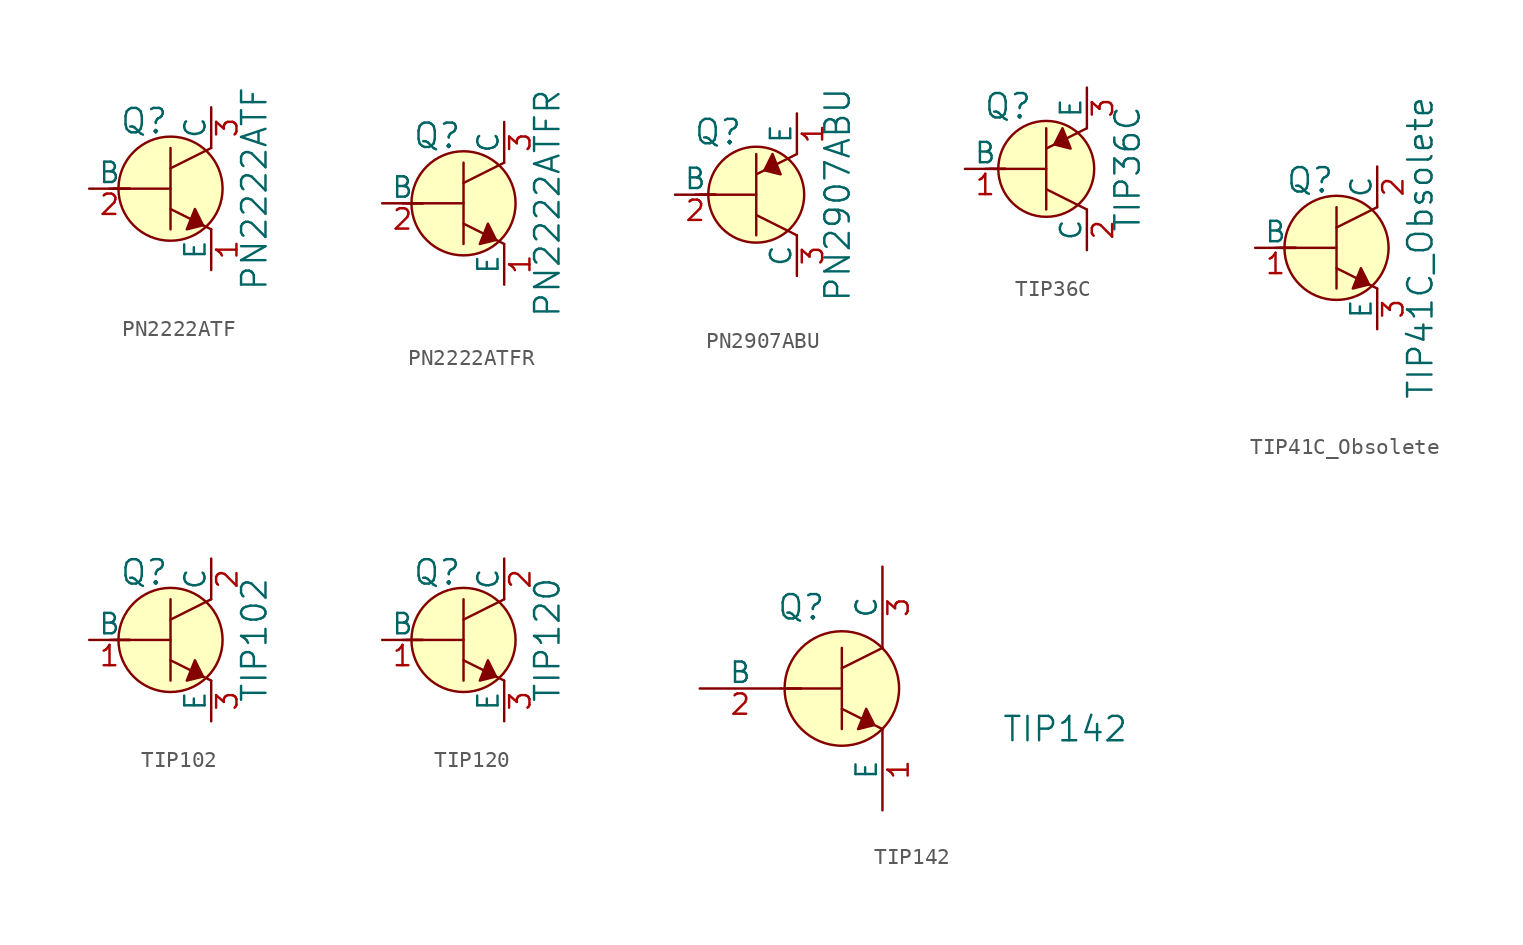
<source format=kicad_sym>
(kicad_symbol_lib
  (version 20231120)
  (generator "kicad_symbol_editor")
  (generator_version "8.0")
  (symbol "PN2222ATF"
    (pin_names
      (offset 0))
    (property "Reference" "Q"
      (at -3.2 4.216 0)
      (effects (font (size 1.524 1.524)) (justify left)))
    (property "Value" "PN2222ATF"
      (at 5.232 0 90)
      (effects (font (size 1.524 1.524))))
    (symbol "PN2222ATF_0_1"
      (polyline (pts (xy -3.81 0) (xy -2.54 0)) (stroke (width 0) (type solid)) (fill (type none)))
      (polyline (pts (xy -3.556 0) (xy 0 0)) (stroke (width 0) (type solid)) (fill (type none)))
      (polyline (pts (xy 0 -1.27) (xy 2.54 -2.54)) (stroke (width 0) (type solid)) (fill (type none)))
      (polyline (pts (xy 0 1.27) (xy 2.54 2.54)) (stroke (width 0) (type solid)) (fill (type none)))
      (polyline (pts (xy 0 2.54) (xy 0 -2.54)) (stroke (width 0) (type solid)) (fill (type none)))
      (polyline (pts (xy 1.524 -1.27) (xy 2.032 -2.286) (xy 1.016 -2.54) (xy 1.524 -1.27)) (stroke (width 0) (type solid)) (fill (type outline)))
      (circle (center 0 0) (radius 3.251) (stroke (width 0) (type solid)) (fill (type background))))
    (symbol "PN2222ATF_1_1"
      (pin passive line (at 2.54 -5.08 90) (length 2.54) (name "E" (effects (font (size 1.27 1.27)))) (number "1" (effects (font (size 1.27 1.27)))))
      (pin input line (at -5.08 0 0) (length 2.54) (name "B" (effects (font (size 1.27 1.27)))) (number "2" (effects (font (size 1.27 1.27)))))
      (pin passive line (at 2.54 5.08 270) (length 2.54) (name "C" (effects (font (size 1.27 1.27)))) (number "3" (effects (font (size 1.27 1.27)))))))
  (symbol "PN2222ATFR"
    (pin_names
      (offset 0))
    (property "Reference" "Q"
      (at -3.2 4.216 0)
      (effects (font (size 1.524 1.524)) (justify left)))
    (property "Value" "PN2222ATFR"
      (at 5.232 0 90)
      (effects (font (size 1.524 1.524))))
    (symbol "PN2222ATFR_0_1"
      (polyline (pts (xy -3.81 0) (xy -2.54 0)) (stroke (width 0) (type solid)) (fill (type none)))
      (polyline (pts (xy -3.556 0) (xy 0 0)) (stroke (width 0) (type solid)) (fill (type none)))
      (polyline (pts (xy 0 -1.27) (xy 2.54 -2.54)) (stroke (width 0) (type solid)) (fill (type none)))
      (polyline (pts (xy 0 1.27) (xy 2.54 2.54)) (stroke (width 0) (type solid)) (fill (type none)))
      (polyline (pts (xy 0 2.54) (xy 0 -2.54)) (stroke (width 0) (type solid)) (fill (type none)))
      (polyline (pts (xy 1.524 -1.27) (xy 2.032 -2.286) (xy 1.016 -2.54) (xy 1.524 -1.27)) (stroke (width 0) (type solid)) (fill (type outline)))
      (circle (center 0 0) (radius 3.251) (stroke (width 0) (type solid)) (fill (type background))))
    (symbol "PN2222ATFR_1_1"
      (pin passive line (at 2.54 -5.08 90) (length 2.54) (name "E" (effects (font (size 1.27 1.27)))) (number "1" (effects (font (size 1.27 1.27)))))
      (pin input line (at -5.08 0 0) (length 2.54) (name "B" (effects (font (size 1.27 1.27)))) (number "2" (effects (font (size 1.27 1.27)))))
      (pin passive line (at 2.54 5.08 270) (length 2.54) (name "C" (effects (font (size 1.27 1.27)))) (number "3" (effects (font (size 1.27 1.27)))))))
  (symbol "PN2907ABU"
    (pin_names
      (offset 0))
    (property "Reference" "Q"
      (at -2.388 3.912 0)
      (effects (font (size 1.524 1.524))))
    (property "Value" "PN2907ABU"
      (at 5.08 0 90)
      (effects (font (size 1.524 1.524))))
    (symbol "PN2907ABU_0_1"
      (polyline (pts (xy -3.81 0) (xy -2.54 0)) (stroke (width 0) (type solid)) (fill (type none)))
      (polyline (pts (xy -3.556 0) (xy 0 0)) (stroke (width 0) (type solid)) (fill (type none)))
      (polyline (pts (xy 0 -1.27) (xy 2.54 -2.54)) (stroke (width 0) (type solid)) (fill (type none)))
      (polyline (pts (xy 0 1.27) (xy 2.54 2.54)) (stroke (width 0) (type solid)) (fill (type none)))
      (polyline (pts (xy 0 2.54) (xy 0 -2.54)) (stroke (width 0) (type solid)) (fill (type none)))
      (polyline (pts (xy 1.016 2.54) (xy 0.508 1.524) (xy 1.524 1.27) (xy 1.016 2.54)) (stroke (width 0) (type solid)) (fill (type outline)))
      (circle (center 0 0) (radius 2.997) (stroke (width 0) (type solid)) (fill (type background))))
    (symbol "PN2907ABU_1_1"
      (pin passive line (at 2.54 5.08 270) (length 2.54) (name "E" (effects (font (size 1.27 1.27)))) (number "1" (effects (font (size 1.27 1.27)))))
      (pin input line (at -5.08 0 0) (length 2.54) (name "B" (effects (font (size 1.27 1.27)))) (number "2" (effects (font (size 1.27 1.27)))))
      (pin passive line (at 2.54 -5.08 90) (length 2.54) (name "C" (effects (font (size 1.27 1.27)))) (number "3" (effects (font (size 1.27 1.27)))))))
  (symbol "TIP36C"
    (pin_names
      (offset 0))
    (property "Reference" "Q"
      (at -2.388 3.912 0)
      (effects (font (size 1.524 1.524))))
    (property "Value" "TIP36C"
      (at 5.08 0 90)
      (effects (font (size 1.524 1.524))))
    (symbol "TIP36C_0_1"
      (polyline (pts (xy -3.81 0) (xy -2.54 0)) (stroke (width 0) (type solid)) (fill (type none)))
      (polyline (pts (xy -3.556 0) (xy 0 0)) (stroke (width 0) (type solid)) (fill (type none)))
      (polyline (pts (xy 0 -1.27) (xy 2.54 -2.54)) (stroke (width 0) (type solid)) (fill (type none)))
      (polyline (pts (xy 0 1.27) (xy 2.54 2.54)) (stroke (width 0) (type solid)) (fill (type none)))
      (polyline (pts (xy 0 2.54) (xy 0 -2.54)) (stroke (width 0) (type solid)) (fill (type none)))
      (polyline (pts (xy 1.016 2.54) (xy 0.508 1.524) (xy 1.524 1.27) (xy 1.016 2.54)) (stroke (width 0) (type solid)) (fill (type outline)))
      (circle (center 0 0) (radius 2.997) (stroke (width 0) (type solid)) (fill (type background))))
    (symbol "TIP36C_1_1"
      (pin input line (at -5.08 0 0) (length 2.54) (name "B" (effects (font (size 1.27 1.27)))) (number "1" (effects (font (size 1.27 1.27)))))
      (pin passive line (at 2.54 -5.08 90) (length 2.54) (name "C" (effects (font (size 1.27 1.27)))) (number "2" (effects (font (size 1.27 1.27)))))
      (pin passive line (at 2.54 5.08 270) (length 2.54) (name "E" (effects (font (size 1.27 1.27)))) (number "3" (effects (font (size 1.27 1.27)))))))
  (symbol "TIP41C_Obsolete"
    (pin_names
      (offset 0))
    (property "Reference" "Q"
      (at -3.2 4.216 0)
      (effects (font (size 1.524 1.524)) (justify left)))
    (property "Value" "TIP41C_Obsolete"
      (at 5.232 0 90)
      (effects (font (size 1.524 1.524))))
    (symbol "TIP41C_Obsolete_0_1"
      (polyline (pts (xy -3.81 0) (xy -2.54 0)) (stroke (width 0) (type solid)) (fill (type none)))
      (polyline (pts (xy -3.556 0) (xy 0 0)) (stroke (width 0) (type solid)) (fill (type none)))
      (polyline (pts (xy 0 -1.27) (xy 2.54 -2.54)) (stroke (width 0) (type solid)) (fill (type none)))
      (polyline (pts (xy 0 1.27) (xy 2.54 2.54)) (stroke (width 0) (type solid)) (fill (type none)))
      (polyline (pts (xy 0 2.54) (xy 0 -2.54)) (stroke (width 0) (type solid)) (fill (type none)))
      (polyline (pts (xy 1.524 -1.27) (xy 2.032 -2.286) (xy 1.016 -2.54) (xy 1.524 -1.27)) (stroke (width 0) (type solid)) (fill (type outline)))
      (circle (center 0 0) (radius 3.251) (stroke (width 0) (type solid)) (fill (type background))))
    (symbol "TIP41C_Obsolete_1_1"
      (pin input line (at -5.08 0 0) (length 2.54) (name "B" (effects (font (size 1.27 1.27)))) (number "1" (effects (font (size 1.27 1.27)))))
      (pin passive line (at 2.54 5.08 270) (length 2.54) (name "C" (effects (font (size 1.27 1.27)))) (number "2" (effects (font (size 1.27 1.27)))))
      (pin passive line (at 2.54 -5.08 90) (length 2.54) (name "E" (effects (font (size 1.27 1.27)))) (number "3" (effects (font (size 1.27 1.27)))))))
  (symbol "TIP102"
    (pin_names
      (offset 0))
    (property "Reference" "Q"
      (at -3.2 4.216 0)
      (effects (font (size 1.524 1.524)) (justify left)))
    (property "Value" "TIP102"
      (at 5.232 0 90)
      (effects (font (size 1.524 1.524))))
    (symbol "TIP102_0_1"
      (polyline (pts (xy -3.81 0) (xy -2.54 0)) (stroke (width 0) (type solid)) (fill (type none)))
      (polyline (pts (xy -3.556 0) (xy 0 0)) (stroke (width 0) (type solid)) (fill (type none)))
      (polyline (pts (xy 0 -1.27) (xy 2.54 -2.54)) (stroke (width 0) (type solid)) (fill (type none)))
      (polyline (pts (xy 0 1.27) (xy 2.54 2.54)) (stroke (width 0) (type solid)) (fill (type none)))
      (polyline (pts (xy 0 2.54) (xy 0 -2.54)) (stroke (width 0) (type solid)) (fill (type none)))
      (polyline (pts (xy 1.524 -1.27) (xy 2.032 -2.286) (xy 1.016 -2.54) (xy 1.524 -1.27)) (stroke (width 0) (type solid)) (fill (type outline)))
      (circle (center 0 0) (radius 3.251) (stroke (width 0) (type solid)) (fill (type background))))
    (symbol "TIP102_1_1"
      (pin input line (at -5.08 0 0) (length 2.54) (name "B" (effects (font (size 1.27 1.27)))) (number "1" (effects (font (size 1.27 1.27)))))
      (pin passive line (at 2.54 5.08 270) (length 2.54) (name "C" (effects (font (size 1.27 1.27)))) (number "2" (effects (font (size 1.27 1.27)))))
      (pin passive line (at 2.54 -5.08 90) (length 2.54) (name "E" (effects (font (size 1.27 1.27)))) (number "3" (effects (font (size 1.27 1.27)))))))
  (symbol "TIP120"
    (pin_names
      (offset 0))
    (property "Reference" "Q"
      (at -3.2 4.216 0)
      (effects (font (size 1.524 1.524)) (justify left)))
    (property "Value" "TIP120"
      (at 5.232 0 90)
      (effects (font (size 1.524 1.524))))
    (symbol "TIP120_0_1"
      (polyline (pts (xy -3.81 0) (xy -2.54 0)) (stroke (width 0) (type solid)) (fill (type none)))
      (polyline (pts (xy -3.556 0) (xy 0 0)) (stroke (width 0) (type solid)) (fill (type none)))
      (polyline (pts (xy 0 -1.27) (xy 2.54 -2.54)) (stroke (width 0) (type solid)) (fill (type none)))
      (polyline (pts (xy 0 1.27) (xy 2.54 2.54)) (stroke (width 0) (type solid)) (fill (type none)))
      (polyline (pts (xy 0 2.54) (xy 0 -2.54)) (stroke (width 0) (type solid)) (fill (type none)))
      (polyline (pts (xy 1.524 -1.27) (xy 2.032 -2.286) (xy 1.016 -2.54) (xy 1.524 -1.27)) (stroke (width 0) (type solid)) (fill (type outline)))
      (circle (center 0 0) (radius 3.251) (stroke (width 0) (type solid)) (fill (type background))))
    (symbol "TIP120_1_1"
      (pin input line (at -5.08 0 0) (length 2.54) (name "B" (effects (font (size 1.27 1.27)))) (number "1" (effects (font (size 1.27 1.27)))))
      (pin passive line (at 2.54 5.08 270) (length 2.54) (name "C" (effects (font (size 1.27 1.27)))) (number "2" (effects (font (size 1.27 1.27)))))
      (pin passive line (at 2.54 -5.08 90) (length 2.54) (name "E" (effects (font (size 1.27 1.27)))) (number "3" (effects (font (size 1.27 1.27)))))))
  (symbol "TIP142"
    (pin_names
      (offset 0))
    (property "Reference" "Q"
      (at -2.54 5.08 0)
      (effects (font (size 1.524 1.524))))
    (property "Value" "TIP142"
      (at 13.97 -2.54 0)
      (effects (font (size 1.524 1.524))))
    (symbol "TIP142_0_1"
      (polyline (pts (xy -3.81 0) (xy -2.54 0)) (stroke (width 0) (type solid)) (fill (type none)))
      (polyline (pts (xy -3.556 0) (xy 0 0)) (stroke (width 0) (type solid)) (fill (type none)))
      (polyline (pts (xy 0 -1.27) (xy 2.54 -2.54)) (stroke (width 0) (type solid)) (fill (type none)))
      (polyline (pts (xy 0 1.27) (xy 2.54 2.54)) (stroke (width 0) (type solid)) (fill (type none)))
      (polyline (pts (xy 0 2.54) (xy 0 -2.54)) (stroke (width 0) (type solid)) (fill (type none)))
      (polyline (pts (xy 1.524 -1.27) (xy 2.032 -2.286) (xy 1.016 -2.54) (xy 1.524 -1.27)) (stroke (width 0) (type solid)) (fill (type outline)))
      (circle (center 0 0) (radius 3.581) (stroke (width 0) (type solid)) (fill (type background))))
    (symbol "TIP142_1_1"
      (pin input line (at 2.54 -7.62 90) (length 5.08) (name "E" (effects (font (size 1.27 1.27)))) (number "1" (effects (font (size 1.27 1.27)))))
      (pin input line (at -8.89 0 0) (length 5.08) (name "B" (effects (font (size 1.27 1.27)))) (number "2" (effects (font (size 1.27 1.27)))))
      (pin input line (at 2.54 7.62 270) (length 5.08) (name "C" (effects (font (size 1.27 1.27)))) (number "3" (effects (font (size 1.27 1.27))))))))
</source>
